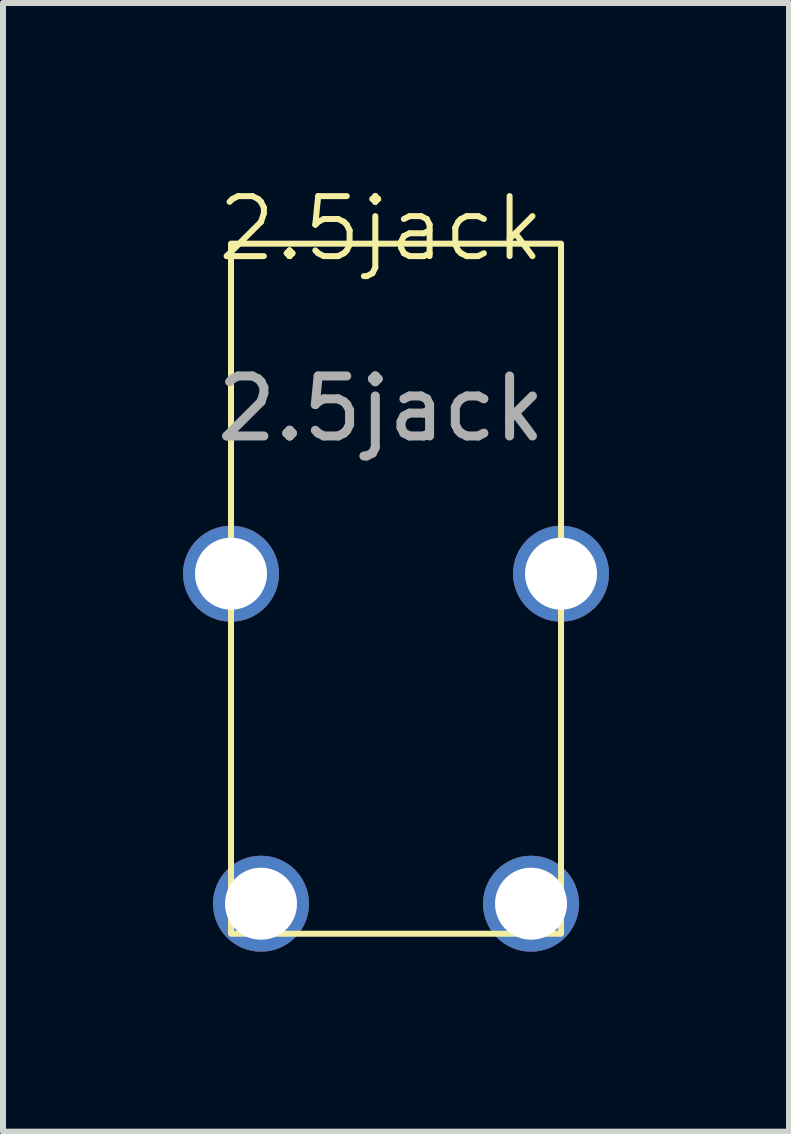
<source format=kicad_pcb>
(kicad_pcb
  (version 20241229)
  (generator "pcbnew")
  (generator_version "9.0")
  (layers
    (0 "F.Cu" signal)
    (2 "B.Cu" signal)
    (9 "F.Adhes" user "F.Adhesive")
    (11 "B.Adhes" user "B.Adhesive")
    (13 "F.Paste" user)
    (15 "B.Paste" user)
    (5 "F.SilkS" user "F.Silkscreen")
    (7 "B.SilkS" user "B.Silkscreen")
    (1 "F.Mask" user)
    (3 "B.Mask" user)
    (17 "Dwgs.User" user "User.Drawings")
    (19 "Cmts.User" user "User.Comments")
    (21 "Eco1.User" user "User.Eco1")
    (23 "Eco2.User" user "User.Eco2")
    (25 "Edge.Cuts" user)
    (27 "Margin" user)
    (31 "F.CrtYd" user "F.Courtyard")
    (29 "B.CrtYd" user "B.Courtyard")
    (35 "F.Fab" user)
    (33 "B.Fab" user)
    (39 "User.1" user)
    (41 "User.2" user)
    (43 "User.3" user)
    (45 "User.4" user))
  (footprint "2.5jack"
    (layer "F.Cu")
    (at 3.3 6.761)
    (property "Reference" "2.5jack" (at 0 -6 0) (unlocked yes) (layer "F.SilkS") (effects (font (size 1 1) (thickness 0.1))))
    (attr through_hole)
    (fp_rect (start -2.5 -5.75) (end 3 5.75) (stroke (width 0.1) (type default)) (fill no) (layer "F.SilkS"))
    (fp_text user "${REFERENCE}" (at 0 -3 0) (unlocked yes) (layer "F.Fab") (effects (font (size 1 1) (thickness 0.15))))
    (pad "G" thru_hole circle (at -2.5 -0.25) (size 1.6 1.6) (drill 1.2) (layers "*.Cu" "*.Mask"))
    (pad "G" thru_hole circle (at 3 -0.25) (size 1.6 1.6) (drill 1.2) (layers "*.Cu" "*.Mask"))
    (pad "S" thru_hole circle (at -2 5.25) (size 1.6 1.6) (drill 1.2) (layers "*.Cu" "*.Mask"))
    (pad "T" thru_hole circle (at 2.5 5.25) (size 1.6 1.6) (drill 1.2) (layers "*.Cu" "*.Mask")))
  (gr_rect
    (start -3 -3)
    (end 10.1 15.81)
    (stroke (width 0.1) (type default))
    (fill no)
    (layer "Edge.Cuts")))
</source>
